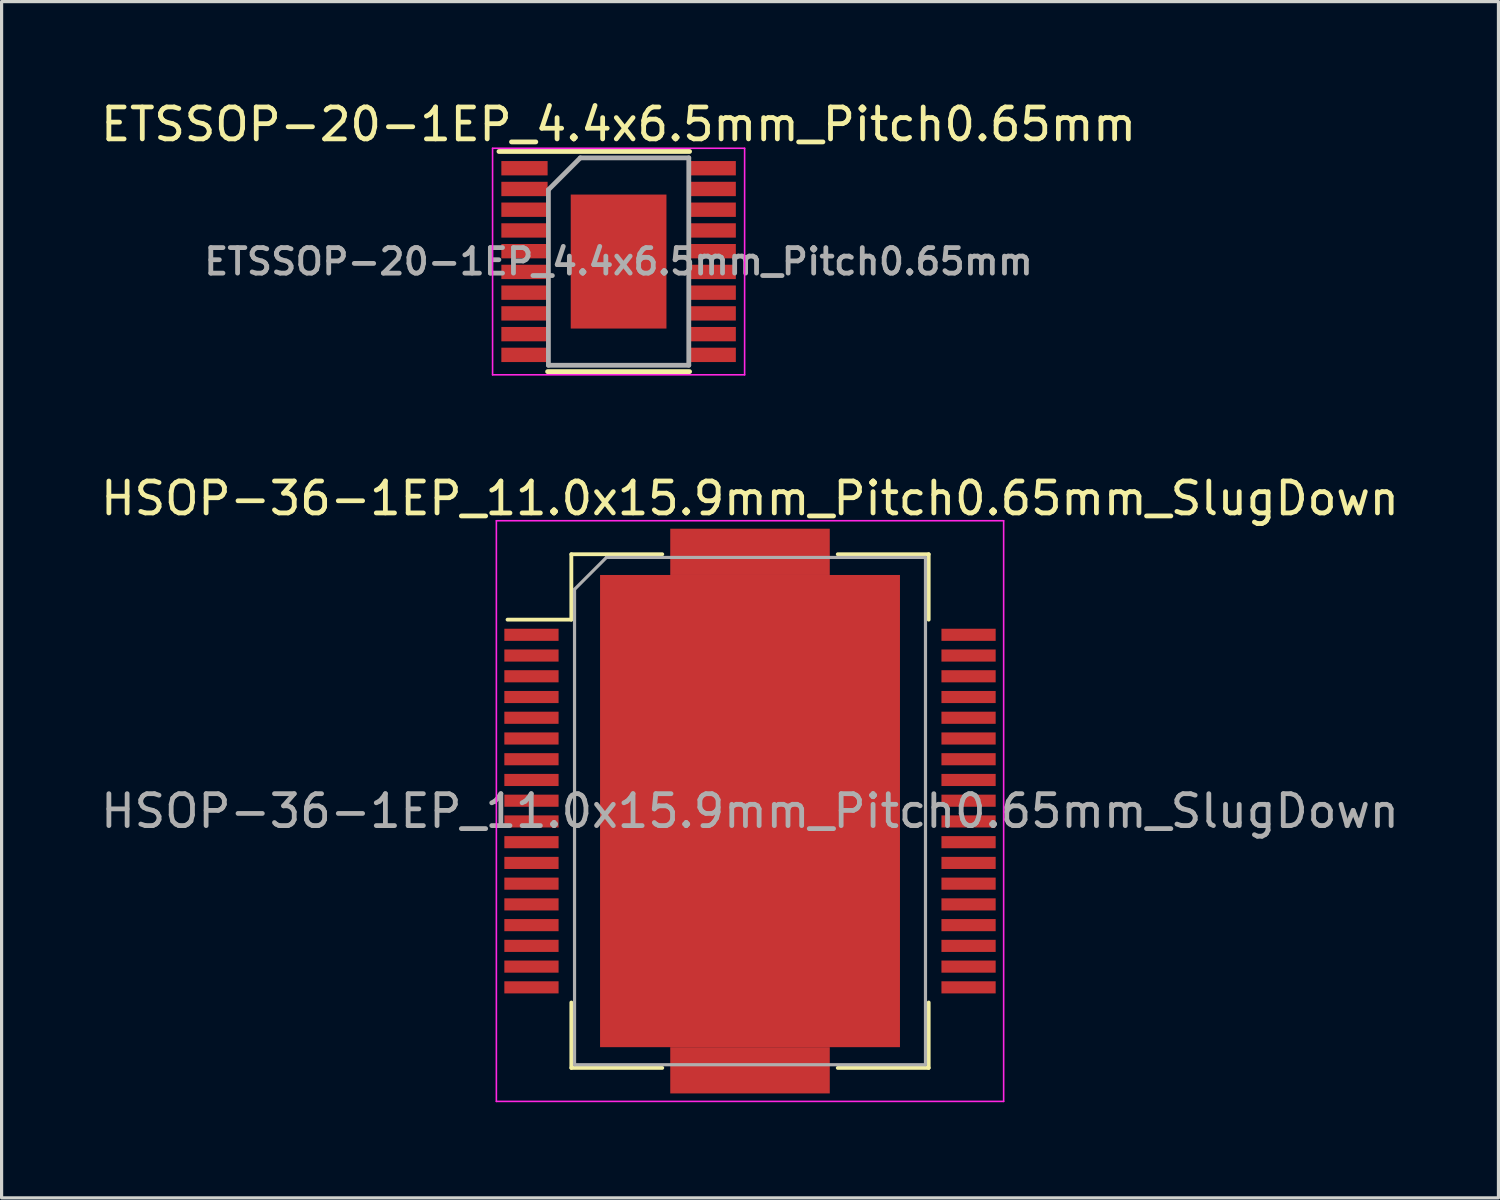
<source format=kicad_pcb>
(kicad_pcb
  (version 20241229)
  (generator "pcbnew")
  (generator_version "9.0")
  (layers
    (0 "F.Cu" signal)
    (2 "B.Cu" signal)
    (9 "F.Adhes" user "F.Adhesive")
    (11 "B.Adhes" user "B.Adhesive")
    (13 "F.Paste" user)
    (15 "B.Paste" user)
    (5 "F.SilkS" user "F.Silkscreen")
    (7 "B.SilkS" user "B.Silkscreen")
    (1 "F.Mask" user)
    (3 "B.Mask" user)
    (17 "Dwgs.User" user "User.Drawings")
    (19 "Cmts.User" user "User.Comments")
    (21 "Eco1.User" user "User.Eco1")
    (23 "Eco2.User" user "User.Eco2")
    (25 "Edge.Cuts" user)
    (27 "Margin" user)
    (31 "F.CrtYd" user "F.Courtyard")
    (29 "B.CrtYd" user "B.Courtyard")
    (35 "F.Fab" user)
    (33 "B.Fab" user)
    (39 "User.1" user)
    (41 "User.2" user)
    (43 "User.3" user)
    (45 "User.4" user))
  (footprint "HSOP-36-1EP_11.0x15.9mm_Pitch0.65mm_SlugDown"
    (layer "F.Cu")
    (at 20.458 22.372)
    (property "Reference" "HSOP-36-1EP_11.0x15.9mm_Pitch0.65mm_SlugDown" (at 0 -9.8 0) (layer "F.SilkS") (effects (font (size 1 1) (thickness 0.15))))
    (attr smd)
    (fp_line (start -5.6 -8.05) (end -5.6 -6) (stroke (width 0.12) (type solid)) (layer "F.SilkS"))
    (fp_line (start -5.6 -6) (end -7.6 -6) (stroke (width 0.12) (type solid)) (layer "F.SilkS"))
    (fp_line (start -5.6 8.05) (end -5.6 6) (stroke (width 0.12) (type solid)) (layer "F.SilkS"))
    (fp_line (start -2.75 -8.05) (end -5.6 -8.05) (stroke (width 0.12) (type solid)) (layer "F.SilkS"))
    (fp_line (start -2.75 8.05) (end -5.6 8.05) (stroke (width 0.12) (type solid)) (layer "F.SilkS"))
    (fp_line (start 5.6 -8.05) (end 2.75 -8.05) (stroke (width 0.12) (type solid)) (layer "F.SilkS"))
    (fp_line (start 5.6 -8.05) (end 5.6 -6) (stroke (width 0.12) (type solid)) (layer "F.SilkS"))
    (fp_line (start 5.6 8.05) (end 2.75 8.05) (stroke (width 0.12) (type solid)) (layer "F.SilkS"))
    (fp_line (start 5.6 8.05) (end 5.6 6) (stroke (width 0.12) (type solid)) (layer "F.SilkS"))
    (fp_line (start -7.95 -9.1) (end -7.95 9.1) (stroke (width 0.05) (type solid)) (layer "F.CrtYd"))
    (fp_line (start -7.95 -9.1) (end 7.95 -9.1) (stroke (width 0.05) (type solid)) (layer "F.CrtYd"))
    (fp_line (start 7.95 9.1) (end -7.95 9.1) (stroke (width 0.05) (type solid)) (layer "F.CrtYd"))
    (fp_line (start 7.95 9.1) (end 7.95 -9.1) (stroke (width 0.05) (type solid)) (layer "F.CrtYd"))
    (fp_line (start -5.5 -6.95) (end -5.5 7.95) (stroke (width 0.1) (type solid)) (layer "F.Fab"))
    (fp_line (start -5.5 7.95) (end 5.5 7.95) (stroke (width 0.1) (type solid)) (layer "F.Fab"))
    (fp_line (start -4.5 -7.95) (end -5.5 -6.95) (stroke (width 0.1) (type solid)) (layer "F.Fab"))
    (fp_line (start 5.5 -7.95) (end -4.5 -7.95) (stroke (width 0.1) (type solid)) (layer "F.Fab"))
    (fp_line (start 5.5 7.95) (end 5.5 -7.95) (stroke (width 0.1) (type solid)) (layer "F.Fab"))
    (fp_text user "${REFERENCE}" (at 0 0 0) (layer "F.Fab") (effects (font (size 1 1) (thickness 0.15))))
    (pad "1" smd rect (at -6.85 -5.525) (size 1.7 0.38) (layers "F.Cu" "F.Mask" "F.Paste"))
    (pad "2" smd rect (at -6.85 -4.875) (size 1.7 0.38) (layers "F.Cu" "F.Mask" "F.Paste"))
    (pad "3" smd rect (at -6.85 -4.225) (size 1.7 0.38) (layers "F.Cu" "F.Mask" "F.Paste"))
    (pad "4" smd rect (at -6.85 -3.575) (size 1.7 0.38) (layers "F.Cu" "F.Mask" "F.Paste"))
    (pad "5" smd rect (at -6.85 -2.925) (size 1.7 0.38) (layers "F.Cu" "F.Mask" "F.Paste"))
    (pad "6" smd rect (at -6.85 -2.275) (size 1.7 0.38) (layers "F.Cu" "F.Mask" "F.Paste"))
    (pad "7" smd rect (at -6.85 -1.625) (size 1.7 0.38) (layers "F.Cu" "F.Mask" "F.Paste"))
    (pad "8" smd rect (at -6.85 -0.975) (size 1.7 0.38) (layers "F.Cu" "F.Mask" "F.Paste"))
    (pad "9" smd rect (at -6.85 -0.325) (size 1.7 0.38) (layers "F.Cu" "F.Mask" "F.Paste"))
    (pad "10" smd rect (at -6.85 0.325) (size 1.7 0.38) (layers "F.Cu" "F.Mask" "F.Paste"))
    (pad "11" smd rect (at -6.85 0.975) (size 1.7 0.38) (layers "F.Cu" "F.Mask" "F.Paste"))
    (pad "12" smd rect (at -6.85 1.625) (size 1.7 0.38) (layers "F.Cu" "F.Mask" "F.Paste"))
    (pad "13" smd rect (at -6.85 2.275) (size 1.7 0.38) (layers "F.Cu" "F.Mask" "F.Paste"))
    (pad "14" smd rect (at -6.85 2.925) (size 1.7 0.38) (layers "F.Cu" "F.Mask" "F.Paste"))
    (pad "15" smd rect (at -6.85 3.575) (size 1.7 0.38) (layers "F.Cu" "F.Mask" "F.Paste"))
    (pad "16" smd rect (at -6.85 4.225) (size 1.7 0.38) (layers "F.Cu" "F.Mask" "F.Paste"))
    (pad "17" smd rect (at -6.85 4.875) (size 1.7 0.38) (layers "F.Cu" "F.Mask" "F.Paste"))
    (pad "18" smd rect (at -6.85 5.525) (size 1.7 0.38) (layers "F.Cu" "F.Mask" "F.Paste"))
    (pad "19" smd rect (at 6.85 5.525) (size 1.7 0.38) (layers "F.Cu" "F.Mask" "F.Paste"))
    (pad "20" smd rect (at 6.85 4.875) (size 1.7 0.38) (layers "F.Cu" "F.Mask" "F.Paste"))
    (pad "21" smd rect (at 6.85 4.225) (size 1.7 0.38) (layers "F.Cu" "F.Mask" "F.Paste"))
    (pad "22" smd rect (at 6.85 3.575) (size 1.7 0.38) (layers "F.Cu" "F.Mask" "F.Paste"))
    (pad "23" smd rect (at 6.85 2.925) (size 1.7 0.38) (layers "F.Cu" "F.Mask" "F.Paste"))
    (pad "24" smd rect (at 6.85 2.275) (size 1.7 0.38) (layers "F.Cu" "F.Mask" "F.Paste"))
    (pad "25" smd rect (at 6.85 1.625) (size 1.7 0.38) (layers "F.Cu" "F.Mask" "F.Paste"))
    (pad "26" smd rect (at 6.85 0.975) (size 1.7 0.38) (layers "F.Cu" "F.Mask" "F.Paste"))
    (pad "27" smd rect (at 6.85 0.325) (size 1.7 0.38) (layers "F.Cu" "F.Mask" "F.Paste"))
    (pad "28" smd rect (at 6.85 -0.325) (size 1.7 0.38) (layers "F.Cu" "F.Mask" "F.Paste"))
    (pad "29" smd rect (at 6.85 -0.975) (size 1.7 0.38) (layers "F.Cu" "F.Mask" "F.Paste"))
    (pad "30" smd rect (at 6.85 -1.625) (size 1.7 0.38) (layers "F.Cu" "F.Mask" "F.Paste"))
    (pad "31" smd rect (at 6.85 -2.275) (size 1.7 0.38) (layers "F.Cu" "F.Mask" "F.Paste"))
    (pad "32" smd rect (at 6.85 -2.925) (size 1.7 0.38) (layers "F.Cu" "F.Mask" "F.Paste"))
    (pad "33" smd rect (at 6.85 -3.575) (size 1.7 0.38) (layers "F.Cu" "F.Mask" "F.Paste"))
    (pad "34" smd rect (at 6.85 -4.225) (size 1.7 0.38) (layers "F.Cu" "F.Mask" "F.Paste"))
    (pad "35" smd rect (at 6.85 -4.875) (size 1.7 0.38) (layers "F.Cu" "F.Mask" "F.Paste"))
    (pad "36" smd rect (at 6.85 -5.525) (size 1.7 0.38) (layers "F.Cu" "F.Mask" "F.Paste"))
    (pad "37" smd rect (at 0 -8.125) (size 5 1.45) (layers "F.Cu" "F.Mask" "F.Paste"))
    (pad "37" smd rect (at 0 0) (size 9.4 14.8) (layers "F.Cu" "F.Mask" "F.Paste"))
    (pad "37" smd rect (at 0 8.125) (size 5 1.45) (layers "F.Cu" "F.Mask" "F.Paste")))
  (footprint "ETSSOP-20-1EP_4.4x6.5mm_Pitch0.65mm"
    (layer "F.Cu")
    (at 16.339 5.148)
    (property "Reference" "ETSSOP-20-1EP_4.4x6.5mm_Pitch0.65mm" (at 0 -4.3 0) (layer "F.SilkS") (effects (font (size 1 1) (thickness 0.15))))
    (attr smd)
    (fp_line (start -3.75 -3.45) (end 2.225 -3.45) (stroke (width 0.15) (type solid)) (layer "F.SilkS"))
    (fp_line (start -2.225 3.45) (end 2.225 3.45) (stroke (width 0.15) (type solid)) (layer "F.SilkS"))
    (fp_line (start -3.95 -3.55) (end -3.95 3.55) (stroke (width 0.05) (type solid)) (layer "F.CrtYd"))
    (fp_line (start -3.95 -3.55) (end 3.95 -3.55) (stroke (width 0.05) (type solid)) (layer "F.CrtYd"))
    (fp_line (start -3.95 3.55) (end 3.95 3.55) (stroke (width 0.05) (type solid)) (layer "F.CrtYd"))
    (fp_line (start 3.95 -3.55) (end 3.95 3.55) (stroke (width 0.05) (type solid)) (layer "F.CrtYd"))
    (fp_line (start -2.2 -2.25) (end -1.2 -3.25) (stroke (width 0.15) (type solid)) (layer "F.Fab"))
    (fp_line (start -2.2 3.25) (end -2.2 -2.25) (stroke (width 0.15) (type solid)) (layer "F.Fab"))
    (fp_line (start -1.2 -3.25) (end 2.2 -3.25) (stroke (width 0.15) (type solid)) (layer "F.Fab"))
    (fp_line (start 2.2 -3.25) (end 2.2 3.25) (stroke (width 0.15) (type solid)) (layer "F.Fab"))
    (fp_line (start 2.2 3.25) (end -2.2 3.25) (stroke (width 0.15) (type solid)) (layer "F.Fab"))
    (fp_text user "${REFERENCE}" (at 0 0 0) (layer "F.Fab") (effects (font (size 0.8 0.8) (thickness 0.15))))
    (pad "1" smd rect (at -2.95 -2.925) (size 1.45 0.45) (layers "F.Cu" "F.Mask" "F.Paste"))
    (pad "2" smd rect (at -2.95 -2.275) (size 1.45 0.45) (layers "F.Cu" "F.Mask" "F.Paste"))
    (pad "3" smd rect (at -2.95 -1.625) (size 1.45 0.45) (layers "F.Cu" "F.Mask" "F.Paste"))
    (pad "4" smd rect (at -2.95 -0.975) (size 1.45 0.45) (layers "F.Cu" "F.Mask" "F.Paste"))
    (pad "5" smd rect (at -2.95 -0.325) (size 1.45 0.45) (layers "F.Cu" "F.Mask" "F.Paste"))
    (pad "6" smd rect (at -2.95 0.325) (size 1.45 0.45) (layers "F.Cu" "F.Mask" "F.Paste"))
    (pad "7" smd rect (at -2.95 0.975) (size 1.45 0.45) (layers "F.Cu" "F.Mask" "F.Paste"))
    (pad "8" smd rect (at -2.95 1.625) (size 1.45 0.45) (layers "F.Cu" "F.Mask" "F.Paste"))
    (pad "9" smd rect (at -2.95 2.275) (size 1.45 0.45) (layers "F.Cu" "F.Mask" "F.Paste"))
    (pad "10" smd rect (at -2.95 2.925) (size 1.45 0.45) (layers "F.Cu" "F.Mask" "F.Paste"))
    (pad "11" smd rect (at 2.95 2.925) (size 1.45 0.45) (layers "F.Cu" "F.Mask" "F.Paste"))
    (pad "12" smd rect (at 2.95 2.275) (size 1.45 0.45) (layers "F.Cu" "F.Mask" "F.Paste"))
    (pad "13" smd rect (at 2.95 1.625) (size 1.45 0.45) (layers "F.Cu" "F.Mask" "F.Paste"))
    (pad "14" smd rect (at 2.95 0.975) (size 1.45 0.45) (layers "F.Cu" "F.Mask" "F.Paste"))
    (pad "15" smd rect (at 2.95 0.325) (size 1.45 0.45) (layers "F.Cu" "F.Mask" "F.Paste"))
    (pad "16" smd rect (at 2.95 -0.325) (size 1.45 0.45) (layers "F.Cu" "F.Mask" "F.Paste"))
    (pad "17" smd rect (at 2.95 -0.975) (size 1.45 0.45) (layers "F.Cu" "F.Mask" "F.Paste"))
    (pad "18" smd rect (at 2.95 -1.625) (size 1.45 0.45) (layers "F.Cu" "F.Mask" "F.Paste"))
    (pad "19" smd rect (at 2.95 -2.275) (size 1.45 0.45) (layers "F.Cu" "F.Mask" "F.Paste"))
    (pad "20" smd rect (at 2.95 -2.925) (size 1.45 0.45) (layers "F.Cu" "F.Mask" "F.Paste"))
    (pad "21" smd rect (at 0 0) (size 3 4.2) (layers "F.Cu" "F.Mask" "F.Paste")))
  (gr_rect
    (start -3 -3)
    (end 43.917 34.496)
    (stroke (width 0.1) (type default))
    (fill no)
    (layer "Edge.Cuts")))
</source>
